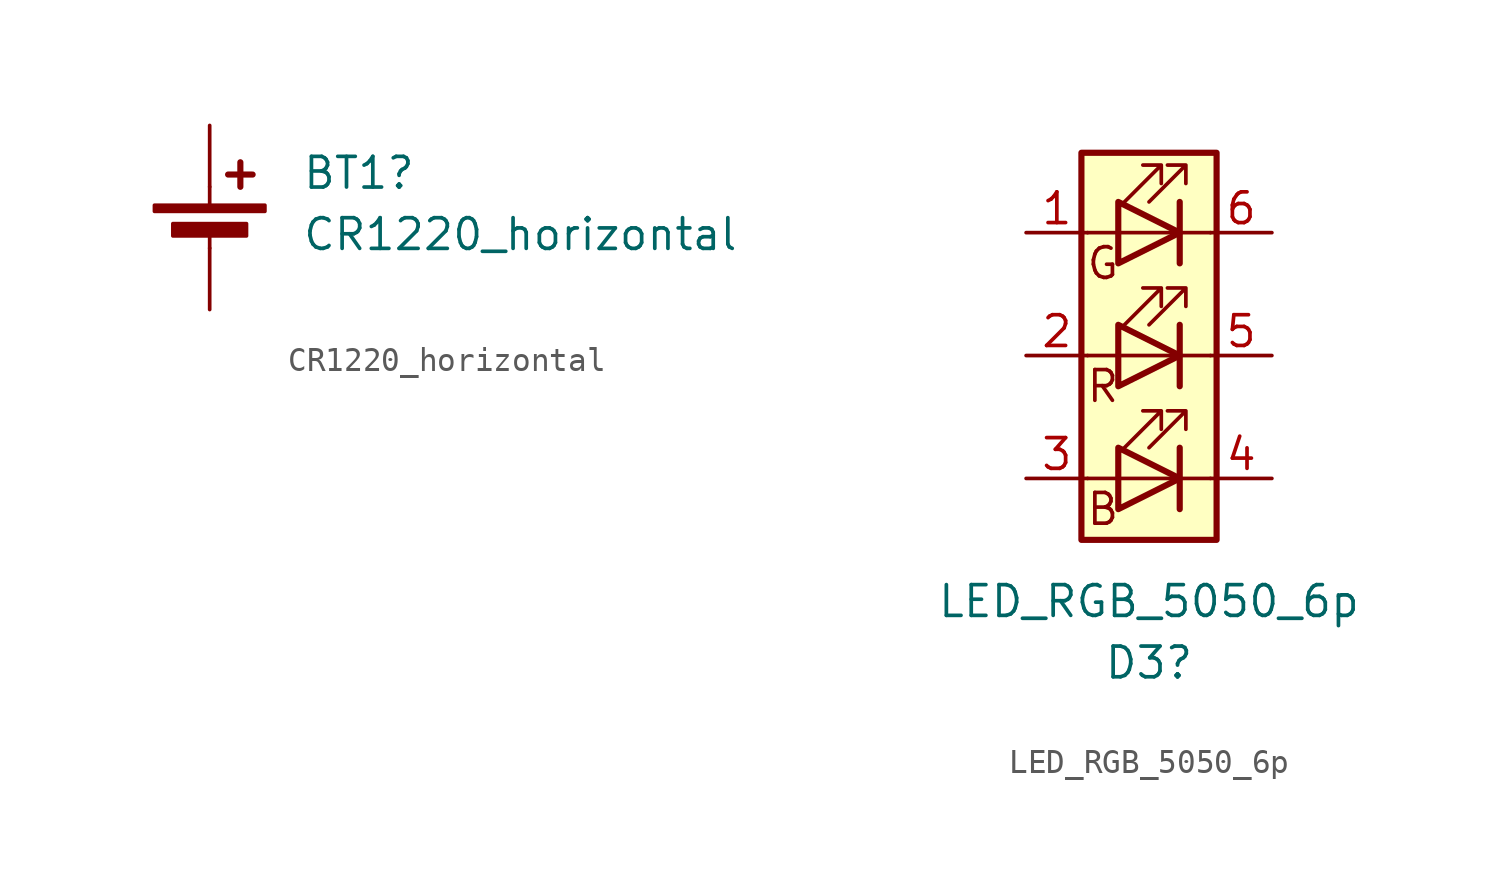
<source format=kicad_sym>
(kicad_symbol_lib
  (version 20231120)
  (generator "kicad_symbol_editor")
  (generator_version "8.0")
  (symbol "CR1220_horizontal"
    (pin_numbers hide)
    (pin_names
      (offset 0) hide)
    (property "Reference" "BT1"
      (at 3.81 3.111 0)
      (effects (font (size 1.27 1.27)) (justify left)))
    (property "Value" "CR1220_horizontal"
      (at 3.81 0.572 0)
      (effects (font (size 1.27 1.27)) (justify left)))
    (symbol "CR1220_horizontal_0_1"
      (rectangle (start -2.286 1.778) (end 2.286 1.524) (stroke (width 0) (type default)) (fill (type outline)))
      (rectangle (start -1.524 1.016) (end 1.524 0.508) (stroke (width 0) (type default)) (fill (type outline)))
      (polyline (pts (xy 0 0.762) (xy 0 0)) (stroke (width 0) (type default)) (fill (type none)))
      (polyline (pts (xy 0 1.778) (xy 0 2.54)) (stroke (width 0) (type default)) (fill (type none)))
      (polyline (pts (xy 0.762 3.048) (xy 1.778 3.048)) (stroke (width 0.254) (type default)) (fill (type none)))
      (polyline (pts (xy 1.27 3.556) (xy 1.27 2.54)) (stroke (width 0.254) (type default)) (fill (type none))))
    (symbol "CR1220_horizontal_1_1"
      (pin passive line (at 0 5.08 270) (length 2.54) (name "+" (effects (font (size 1.27 1.27)))) (number "1" (effects (font (size 1.27 1.27)))))
      (pin passive line (at 0 -2.54 90) (length 2.54) (name "-" (effects (font (size 1.27 1.27)))) (number "2" (effects (font (size 1.27 1.27)))))))
  (symbol "LED_RGB_5050_6p"
    (pin_names
      (offset 0) hide)
    (property "Reference" "D3"
      (at 0 -12.7 0)
      (effects (font (size 1.27 1.27))))
    (property "Value" "LED_RGB_5050_6p"
      (at 0 -10.16 0)
      (effects (font (size 1.27 1.27))))
    (symbol "LED_RGB_5050_6p_0_0"
      (text "B" (at -1.905 -6.35 0) (effects (font (size 1.27 1.27)))))
    (symbol "LED_RGB_5050_6p_0_1"
      (polyline (pts (xy -1.27 -5.08) (xy -2.54 -5.08)) (stroke (width 0) (type default)) (fill (type none)))
      (polyline (pts (xy -1.27 -5.08) (xy 1.27 -5.08)) (stroke (width 0) (type default)) (fill (type none)))
      (polyline (pts (xy -1.27 0) (xy -2.54 0)) (stroke (width 0) (type default)) (fill (type none)))
      (polyline (pts (xy -1.27 5.08) (xy -2.54 5.08)) (stroke (width 0) (type default)) (fill (type none)))
      (polyline (pts (xy -1.27 5.08) (xy 1.27 5.08)) (stroke (width 0) (type default)) (fill (type none)))
      (polyline (pts (xy 1.27 -6.35) (xy 1.27 -3.81)) (stroke (width 0.254) (type default)) (fill (type none)))
      (polyline (pts (xy 1.27 -5.08) (xy 2.54 -5.08)) (stroke (width 0) (type default)) (fill (type none)))
      (polyline (pts (xy 1.27 -1.27) (xy 1.27 1.27)) (stroke (width 0.254) (type default)) (fill (type none)))
      (polyline (pts (xy 1.27 0) (xy -1.27 0)) (stroke (width 0) (type default)) (fill (type none)))
      (polyline (pts (xy 1.27 0) (xy 2.54 0)) (stroke (width 0) (type default)) (fill (type none)))
      (polyline (pts (xy 1.27 3.81) (xy 1.27 6.35)) (stroke (width 0.254) (type default)) (fill (type none)))
      (polyline (pts (xy 1.27 5.08) (xy 2.54 5.08)) (stroke (width 0) (type default)) (fill (type none)))
      (polyline (pts (xy -1.27 1.27) (xy -1.27 -1.27) (xy -1.27 -1.27)) (stroke (width 0) (type default)) (fill (type none)))
      (polyline (pts (xy -1.27 6.35) (xy -1.27 3.81) (xy -1.27 3.81)) (stroke (width 0) (type default)) (fill (type none)))
      (polyline (pts (xy -1.27 -6.35) (xy -1.27 -3.81) (xy 1.27 -5.08) (xy -1.27 -6.35)) (stroke (width 0.254) (type default)) (fill (type none)))
      (polyline (pts (xy -1.27 -1.27) (xy -1.27 1.27) (xy 1.27 0) (xy -1.27 -1.27)) (stroke (width 0.254) (type default)) (fill (type none)))
      (polyline (pts (xy -1.27 3.81) (xy -1.27 6.35) (xy 1.27 5.08) (xy -1.27 3.81)) (stroke (width 0.254) (type default)) (fill (type none)))
      (polyline (pts (xy -1.016 -3.81) (xy 0.508 -2.286) (xy -0.254 -2.286) (xy 0.508 -2.286) (xy 0.508 -3.048)) (stroke (width 0) (type default)) (fill (type none)))
      (polyline (pts (xy -1.016 1.27) (xy 0.508 2.794) (xy -0.254 2.794) (xy 0.508 2.794) (xy 0.508 2.032)) (stroke (width 0) (type default)) (fill (type none)))
      (polyline (pts (xy -1.016 6.35) (xy 0.508 7.874) (xy -0.254 7.874) (xy 0.508 7.874) (xy 0.508 7.112)) (stroke (width 0) (type default)) (fill (type none)))
      (polyline (pts (xy 0 -3.81) (xy 1.524 -2.286) (xy 0.762 -2.286) (xy 1.524 -2.286) (xy 1.524 -3.048)) (stroke (width 0) (type default)) (fill (type none)))
      (polyline (pts (xy 0 1.27) (xy 1.524 2.794) (xy 0.762 2.794) (xy 1.524 2.794) (xy 1.524 2.032)) (stroke (width 0) (type default)) (fill (type none)))
      (polyline (pts (xy 0 6.35) (xy 1.524 7.874) (xy 0.762 7.874) (xy 1.524 7.874) (xy 1.524 7.112)) (stroke (width 0) (type default)) (fill (type none)))
      (rectangle (start 1.27 -1.27) (end 1.27 1.27) (stroke (width 0) (type default)) (fill (type none)))
      (rectangle (start 1.27 1.27) (end 1.27 1.27) (stroke (width 0) (type default)) (fill (type none)))
      (rectangle (start 1.27 3.81) (end 1.27 6.35) (stroke (width 0) (type default)) (fill (type none)))
      (rectangle (start 1.27 6.35) (end 1.27 6.35) (stroke (width 0) (type default)) (fill (type none)))
      (rectangle (start 2.794 8.382) (end -2.794 -7.62) (stroke (width 0.254) (type default)) (fill (type background))))
    (symbol "LED_RGB_5050_6p_1_0"
      (text "G" (at -1.905 3.81 0) (effects (font (size 1.27 1.27))))
      (text "R" (at -1.905 -1.27 0) (effects (font (size 1.27 1.27)))))
    (symbol "LED_RGB_5050_6p_1_1"
      (pin passive line (at -5.08 5.08 0) (length 2.54) (name "RK" (effects (font (size 1.27 1.27)))) (number "1" (effects (font (size 1.27 1.27)))))
      (pin passive line (at -5.08 0 0) (length 2.54) (name "GK" (effects (font (size 1.27 1.27)))) (number "2" (effects (font (size 1.27 1.27)))))
      (pin passive line (at -5.08 -5.08 0) (length 2.54) (name "BK" (effects (font (size 1.27 1.27)))) (number "3" (effects (font (size 1.27 1.27)))))
      (pin passive line (at 5.08 -5.08 180) (length 2.54) (name "BA" (effects (font (size 1.27 1.27)))) (number "4" (effects (font (size 1.27 1.27)))))
      (pin passive line (at 5.08 0 180) (length 2.54) (name "GA" (effects (font (size 1.27 1.27)))) (number "5" (effects (font (size 1.27 1.27)))))
      (pin passive line (at 5.08 5.08 180) (length 2.54) (name "RA" (effects (font (size 1.27 1.27)))) (number "6" (effects (font (size 1.27 1.27))))))))
</source>
